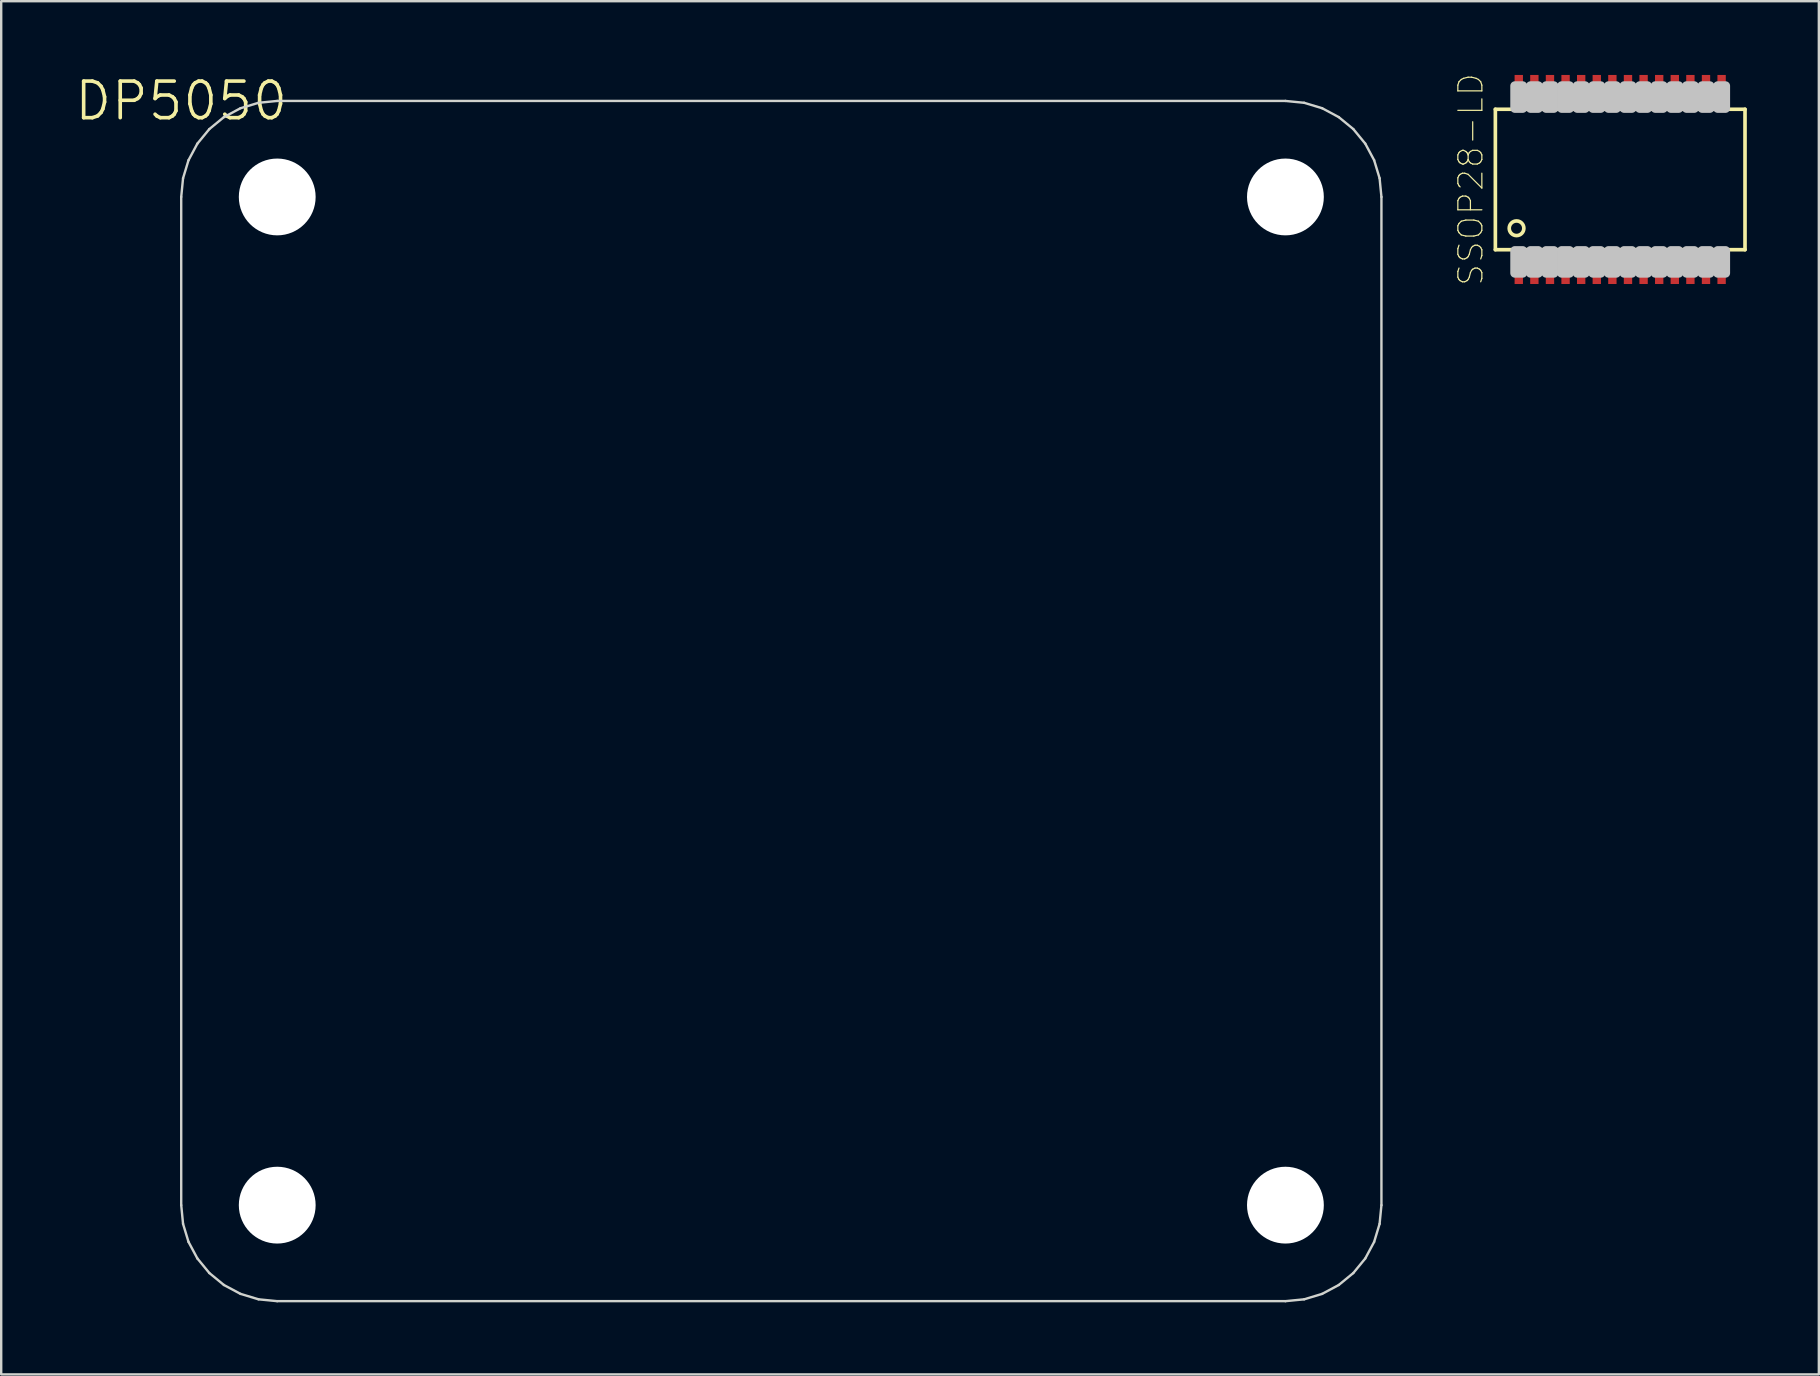
<source format=kicad_pcb>
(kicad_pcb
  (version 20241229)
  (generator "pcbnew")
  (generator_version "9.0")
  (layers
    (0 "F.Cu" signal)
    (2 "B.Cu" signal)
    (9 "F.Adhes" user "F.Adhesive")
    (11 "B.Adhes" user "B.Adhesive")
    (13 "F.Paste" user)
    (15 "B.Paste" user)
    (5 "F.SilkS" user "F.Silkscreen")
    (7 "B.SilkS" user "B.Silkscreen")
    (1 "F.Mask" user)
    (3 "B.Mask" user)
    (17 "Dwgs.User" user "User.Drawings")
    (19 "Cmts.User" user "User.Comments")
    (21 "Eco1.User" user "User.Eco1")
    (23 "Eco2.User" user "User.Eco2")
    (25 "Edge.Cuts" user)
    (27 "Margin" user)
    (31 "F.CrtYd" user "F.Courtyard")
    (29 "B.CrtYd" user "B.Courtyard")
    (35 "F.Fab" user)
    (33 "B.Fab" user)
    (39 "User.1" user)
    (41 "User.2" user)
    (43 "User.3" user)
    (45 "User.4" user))
  (footprint "DP5050"
    (layer "F.Cu")
    (at 4.499 1.155)
    (property "Reference" "DP5050" (at 0 0 0) (layer "F.SilkS") (effects (font (size 1.524 1.524) (thickness 0.15))))
    (attr through_hole)
    (fp_line (start 0 4) (end 0.077 3.22) (stroke (width 0.1) (type solid)) (layer "Edge.Cuts"))
    (fp_line (start 0 46) (end 0 4) (stroke (width 0.1) (type solid)) (layer "Edge.Cuts"))
    (fp_line (start 0.077 3.22) (end 0.304 2.469) (stroke (width 0.1) (type solid)) (layer "Edge.Cuts"))
    (fp_line (start 0.077 46.78) (end 0 46) (stroke (width 0.1) (type solid)) (layer "Edge.Cuts"))
    (fp_line (start 0.304 2.469) (end 0.674 1.778) (stroke (width 0.1) (type solid)) (layer "Edge.Cuts"))
    (fp_line (start 0.304 47.531) (end 0.077 46.78) (stroke (width 0.1) (type solid)) (layer "Edge.Cuts"))
    (fp_line (start 0.674 1.778) (end 1.172 1.172) (stroke (width 0.1) (type solid)) (layer "Edge.Cuts"))
    (fp_line (start 0.674 48.222) (end 0.304 47.531) (stroke (width 0.1) (type solid)) (layer "Edge.Cuts"))
    (fp_line (start 1.172 1.172) (end 1.778 0.674) (stroke (width 0.1) (type solid)) (layer "Edge.Cuts"))
    (fp_line (start 1.172 48.828) (end 0.674 48.222) (stroke (width 0.1) (type solid)) (layer "Edge.Cuts"))
    (fp_line (start 1.778 0.674) (end 2.469 0.304) (stroke (width 0.1) (type solid)) (layer "Edge.Cuts"))
    (fp_line (start 1.778 49.326) (end 1.172 48.828) (stroke (width 0.1) (type solid)) (layer "Edge.Cuts"))
    (fp_line (start 2.469 0.304) (end 3.22 0.077) (stroke (width 0.1) (type solid)) (layer "Edge.Cuts"))
    (fp_line (start 2.469 49.696) (end 1.778 49.326) (stroke (width 0.1) (type solid)) (layer "Edge.Cuts"))
    (fp_line (start 3.22 0.077) (end 4 0) (stroke (width 0.1) (type solid)) (layer "Edge.Cuts"))
    (fp_line (start 3.22 49.923) (end 2.469 49.696) (stroke (width 0.1) (type solid)) (layer "Edge.Cuts"))
    (fp_line (start 4 0) (end 46 0) (stroke (width 0.1) (type solid)) (layer "Edge.Cuts"))
    (fp_line (start 4 50) (end 3.22 49.923) (stroke (width 0.1) (type solid)) (layer "Edge.Cuts"))
    (fp_line (start 46 0) (end 46.78 0.077) (stroke (width 0.1) (type solid)) (layer "Edge.Cuts"))
    (fp_line (start 46 50) (end 4 50) (stroke (width 0.1) (type solid)) (layer "Edge.Cuts"))
    (fp_line (start 46.78 0.077) (end 47.531 0.304) (stroke (width 0.1) (type solid)) (layer "Edge.Cuts"))
    (fp_line (start 46.78 49.923) (end 46 50) (stroke (width 0.1) (type solid)) (layer "Edge.Cuts"))
    (fp_line (start 47.531 0.304) (end 48.222 0.674) (stroke (width 0.1) (type solid)) (layer "Edge.Cuts"))
    (fp_line (start 47.531 49.696) (end 46.78 49.923) (stroke (width 0.1) (type solid)) (layer "Edge.Cuts"))
    (fp_line (start 48.222 0.674) (end 48.828 1.172) (stroke (width 0.1) (type solid)) (layer "Edge.Cuts"))
    (fp_line (start 48.222 49.326) (end 47.531 49.696) (stroke (width 0.1) (type solid)) (layer "Edge.Cuts"))
    (fp_line (start 48.828 1.172) (end 49.326 1.778) (stroke (width 0.1) (type solid)) (layer "Edge.Cuts"))
    (fp_line (start 48.828 48.828) (end 48.222 49.326) (stroke (width 0.1) (type solid)) (layer "Edge.Cuts"))
    (fp_line (start 49.326 1.778) (end 49.696 2.469) (stroke (width 0.1) (type solid)) (layer "Edge.Cuts"))
    (fp_line (start 49.326 48.222) (end 48.828 48.828) (stroke (width 0.1) (type solid)) (layer "Edge.Cuts"))
    (fp_line (start 49.696 2.469) (end 49.923 3.22) (stroke (width 0.1) (type solid)) (layer "Edge.Cuts"))
    (fp_line (start 49.696 47.531) (end 49.326 48.222) (stroke (width 0.1) (type solid)) (layer "Edge.Cuts"))
    (fp_line (start 49.923 3.22) (end 50 4) (stroke (width 0.1) (type solid)) (layer "Edge.Cuts"))
    (fp_line (start 49.923 46.78) (end 49.696 47.531) (stroke (width 0.1) (type solid)) (layer "Edge.Cuts"))
    (fp_line (start 50 4) (end 50 46) (stroke (width 0.1) (type solid)) (layer "Edge.Cuts"))
    (fp_line (start 50 46) (end 49.923 46.78) (stroke (width 0.1) (type solid)) (layer "Edge.Cuts"))
    (pad "" np_thru_hole circle (at 4 4) (size 3.2 3.2) (drill 3.2) (layers "*.Cu" "*.Mask"))
    (pad "" np_thru_hole circle (at 4 46) (size 3.2 3.2) (drill 3.2) (layers "*.Cu" "*.Mask"))
    (pad "" np_thru_hole circle (at 46 4) (size 3.2 3.2) (drill 3.2) (layers "*.Cu" "*.Mask"))
    (pad "" np_thru_hole circle (at 46 46) (size 3.2 3.2) (drill 3.2) (layers "*.Cu" "*.Mask")))
  (footprint "SSOP28-LD"
    (layer "F.Cu")
    (at 64.445 4.427)
    (property "Reference" "SSOP28-LD" (at -6.223 0 90) (layer "F.SilkS") (effects (font (size 1 1) (thickness 0.05))))
    (attr smd)
    (fp_line (start -5.2 -2.925) (end 5.2 -2.925) (stroke (width 0.152) (type solid)) (layer "F.SilkS"))
    (fp_line (start -5.2 2.925) (end -5.2 -2.925) (stroke (width 0.152) (type solid)) (layer "F.SilkS"))
    (fp_line (start 5.2 -2.925) (end 5.2 2.925) (stroke (width 0.152) (type solid)) (layer "F.SilkS"))
    (fp_line (start 5.2 2.925) (end -5.2 2.925) (stroke (width 0.152) (type solid)) (layer "F.SilkS"))
    (fp_circle (center -4.318 2.032) (end -4.013 2.032) (stroke (width 0.152) (type solid)) (fill no) (layer "F.SilkS"))
    (fp_poly (pts (xy -4.388 -3.9) (xy -4.062 -3.9) (xy -4.062 -2.966) (xy -4.388 -2.966)) (stroke (width 0.381) (type solid)) (fill no) (layer "Dwgs.User"))
    (fp_poly (pts (xy -4.388 2.966) (xy -4.062 2.966) (xy -4.062 3.9) (xy -4.388 3.9)) (stroke (width 0.381) (type solid)) (fill no) (layer "Dwgs.User"))
    (fp_poly (pts (xy -3.737 -3.9) (xy -3.413 -3.9) (xy -3.413 -2.966) (xy -3.737 -2.966)) (stroke (width 0.381) (type solid)) (fill no) (layer "Dwgs.User"))
    (fp_poly (pts (xy -3.737 2.966) (xy -3.413 2.966) (xy -3.413 3.9) (xy -3.737 3.9)) (stroke (width 0.381) (type solid)) (fill no) (layer "Dwgs.User"))
    (fp_poly (pts (xy -3.087 -3.9) (xy -2.763 -3.9) (xy -2.763 -2.966) (xy -3.087 -2.966)) (stroke (width 0.381) (type solid)) (fill no) (layer "Dwgs.User"))
    (fp_poly (pts (xy -3.087 2.966) (xy -2.763 2.966) (xy -2.763 3.9) (xy -3.087 3.9)) (stroke (width 0.381) (type solid)) (fill no) (layer "Dwgs.User"))
    (fp_poly (pts (xy -2.438 -3.9) (xy -2.112 -3.9) (xy -2.112 -2.966) (xy -2.438 -2.966)) (stroke (width 0.381) (type solid)) (fill no) (layer "Dwgs.User"))
    (fp_poly (pts (xy -2.438 2.966) (xy -2.112 2.966) (xy -2.112 3.9) (xy -2.438 3.9)) (stroke (width 0.381) (type solid)) (fill no) (layer "Dwgs.User"))
    (fp_poly (pts (xy -1.788 -3.9) (xy -1.462 -3.9) (xy -1.462 -2.966) (xy -1.788 -2.966)) (stroke (width 0.381) (type solid)) (fill no) (layer "Dwgs.User"))
    (fp_poly (pts (xy -1.788 2.966) (xy -1.462 2.966) (xy -1.462 3.9) (xy -1.788 3.9)) (stroke (width 0.381) (type solid)) (fill no) (layer "Dwgs.User"))
    (fp_poly (pts (xy -1.137 -3.9) (xy -0.812 -3.9) (xy -0.812 -2.966) (xy -1.137 -2.966)) (stroke (width 0.381) (type solid)) (fill no) (layer "Dwgs.User"))
    (fp_poly (pts (xy -1.137 2.966) (xy -0.812 2.966) (xy -0.812 3.9) (xy -1.137 3.9)) (stroke (width 0.381) (type solid)) (fill no) (layer "Dwgs.User"))
    (fp_poly (pts (xy -0.487 -3.9) (xy -0.163 -3.9) (xy -0.163 -2.966) (xy -0.487 -2.966)) (stroke (width 0.381) (type solid)) (fill no) (layer "Dwgs.User"))
    (fp_poly (pts (xy -0.487 2.966) (xy -0.163 2.966) (xy -0.163 3.9) (xy -0.487 3.9)) (stroke (width 0.381) (type solid)) (fill no) (layer "Dwgs.User"))
    (fp_poly (pts (xy 0.163 -3.9) (xy 0.487 -3.9) (xy 0.487 -2.966) (xy 0.163 -2.966)) (stroke (width 0.381) (type solid)) (fill no) (layer "Dwgs.User"))
    (fp_poly (pts (xy 0.163 2.966) (xy 0.487 2.966) (xy 0.487 3.9) (xy 0.163 3.9)) (stroke (width 0.381) (type solid)) (fill no) (layer "Dwgs.User"))
    (fp_poly (pts (xy 0.812 -3.9) (xy 1.137 -3.9) (xy 1.137 -2.966) (xy 0.812 -2.966)) (stroke (width 0.381) (type solid)) (fill no) (layer "Dwgs.User"))
    (fp_poly (pts (xy 0.812 2.966) (xy 1.137 2.966) (xy 1.137 3.9) (xy 0.812 3.9)) (stroke (width 0.381) (type solid)) (fill no) (layer "Dwgs.User"))
    (fp_poly (pts (xy 1.462 -3.9) (xy 1.788 -3.9) (xy 1.788 -2.966) (xy 1.462 -2.966)) (stroke (width 0.381) (type solid)) (fill no) (layer "Dwgs.User"))
    (fp_poly (pts (xy 1.462 2.966) (xy 1.788 2.966) (xy 1.788 3.9) (xy 1.462 3.9)) (stroke (width 0.381) (type solid)) (fill no) (layer "Dwgs.User"))
    (fp_poly (pts (xy 2.112 -3.9) (xy 2.438 -3.9) (xy 2.438 -2.966) (xy 2.112 -2.966)) (stroke (width 0.381) (type solid)) (fill no) (layer "Dwgs.User"))
    (fp_poly (pts (xy 2.112 2.966) (xy 2.438 2.966) (xy 2.438 3.9) (xy 2.112 3.9)) (stroke (width 0.381) (type solid)) (fill no) (layer "Dwgs.User"))
    (fp_poly (pts (xy 2.763 -3.9) (xy 3.087 -3.9) (xy 3.087 -2.966) (xy 2.763 -2.966)) (stroke (width 0.381) (type solid)) (fill no) (layer "Dwgs.User"))
    (fp_poly (pts (xy 2.763 2.966) (xy 3.087 2.966) (xy 3.087 3.9) (xy 2.763 3.9)) (stroke (width 0.381) (type solid)) (fill no) (layer "Dwgs.User"))
    (fp_poly (pts (xy 3.413 -3.9) (xy 3.737 -3.9) (xy 3.737 -2.966) (xy 3.413 -2.966)) (stroke (width 0.381) (type solid)) (fill no) (layer "Dwgs.User"))
    (fp_poly (pts (xy 3.413 2.966) (xy 3.737 2.966) (xy 3.737 3.9) (xy 3.413 3.9)) (stroke (width 0.381) (type solid)) (fill no) (layer "Dwgs.User"))
    (fp_poly (pts (xy 4.062 -3.9) (xy 4.388 -3.9) (xy 4.388 -2.966) (xy 4.062 -2.966)) (stroke (width 0.381) (type solid)) (fill no) (layer "Dwgs.User"))
    (fp_poly (pts (xy 4.062 2.966) (xy 4.388 2.966) (xy 4.388 3.9) (xy 4.062 3.9)) (stroke (width 0.381) (type solid)) (fill no) (layer "Dwgs.User"))
    (pad "1" smd rect (at -4.225 3.656) (size 0.348 1.397) (layers "F.Cu" "F.Mask" "F.Paste"))
    (pad "2" smd rect (at -3.575 3.656) (size 0.348 1.397) (layers "F.Cu" "F.Mask" "F.Paste"))
    (pad "3" smd rect (at -2.925 3.656) (size 0.348 1.397) (layers "F.Cu" "F.Mask" "F.Paste"))
    (pad "4" smd rect (at -2.275 3.656) (size 0.348 1.397) (layers "F.Cu" "F.Mask" "F.Paste"))
    (pad "5" smd rect (at -1.625 3.656) (size 0.348 1.397) (layers "F.Cu" "F.Mask" "F.Paste"))
    (pad "6" smd rect (at -0.975 3.656) (size 0.348 1.397) (layers "F.Cu" "F.Mask" "F.Paste"))
    (pad "7" smd rect (at -0.325 3.656) (size 0.348 1.397) (layers "F.Cu" "F.Mask" "F.Paste"))
    (pad "8" smd rect (at 0.325 3.656) (size 0.348 1.397) (layers "F.Cu" "F.Mask" "F.Paste"))
    (pad "9" smd rect (at 0.975 3.656) (size 0.348 1.397) (layers "F.Cu" "F.Mask" "F.Paste"))
    (pad "10" smd rect (at 1.625 3.656) (size 0.348 1.397) (layers "F.Cu" "F.Mask" "F.Paste"))
    (pad "11" smd rect (at 2.275 3.656) (size 0.348 1.397) (layers "F.Cu" "F.Mask" "F.Paste"))
    (pad "12" smd rect (at 2.925 3.656) (size 0.348 1.397) (layers "F.Cu" "F.Mask" "F.Paste"))
    (pad "13" smd rect (at 3.575 3.656) (size 0.348 1.397) (layers "F.Cu" "F.Mask" "F.Paste"))
    (pad "14" smd rect (at 4.225 3.656) (size 0.348 1.397) (layers "F.Cu" "F.Mask" "F.Paste"))
    (pad "15" smd rect (at 4.225 -3.656) (size 0.348 1.397) (layers "F.Cu" "F.Mask" "F.Paste"))
    (pad "16" smd rect (at 3.575 -3.656) (size 0.348 1.397) (layers "F.Cu" "F.Mask" "F.Paste"))
    (pad "17" smd rect (at 2.925 -3.656) (size 0.348 1.397) (layers "F.Cu" "F.Mask" "F.Paste"))
    (pad "18" smd rect (at 2.275 -3.656) (size 0.348 1.397) (layers "F.Cu" "F.Mask" "F.Paste"))
    (pad "19" smd rect (at 1.625 -3.656) (size 0.348 1.397) (layers "F.Cu" "F.Mask" "F.Paste"))
    (pad "20" smd rect (at 0.975 -3.656) (size 0.348 1.397) (layers "F.Cu" "F.Mask" "F.Paste"))
    (pad "21" smd rect (at 0.325 -3.656) (size 0.348 1.397) (layers "F.Cu" "F.Mask" "F.Paste"))
    (pad "22" smd rect (at -0.325 -3.656) (size 0.348 1.397) (layers "F.Cu" "F.Mask" "F.Paste"))
    (pad "23" smd rect (at -0.975 -3.656) (size 0.348 1.397) (layers "F.Cu" "F.Mask" "F.Paste"))
    (pad "24" smd rect (at -1.625 -3.656) (size 0.348 1.397) (layers "F.Cu" "F.Mask" "F.Paste"))
    (pad "25" smd rect (at -2.275 -3.656) (size 0.348 1.397) (layers "F.Cu" "F.Mask" "F.Paste"))
    (pad "26" smd rect (at -2.925 -3.656) (size 0.348 1.397) (layers "F.Cu" "F.Mask" "F.Paste"))
    (pad "27" smd rect (at -3.575 -3.656) (size 0.348 1.397) (layers "F.Cu" "F.Mask" "F.Paste"))
    (pad "28" smd rect (at -4.225 -3.656) (size 0.348 1.397) (layers "F.Cu" "F.Mask" "F.Paste")))
  (gr_rect
    (start -3 -3)
    (end 72.721 54.205)
    (stroke (width 0.1) (type default))
    (fill no)
    (layer "Edge.Cuts")))
</source>
